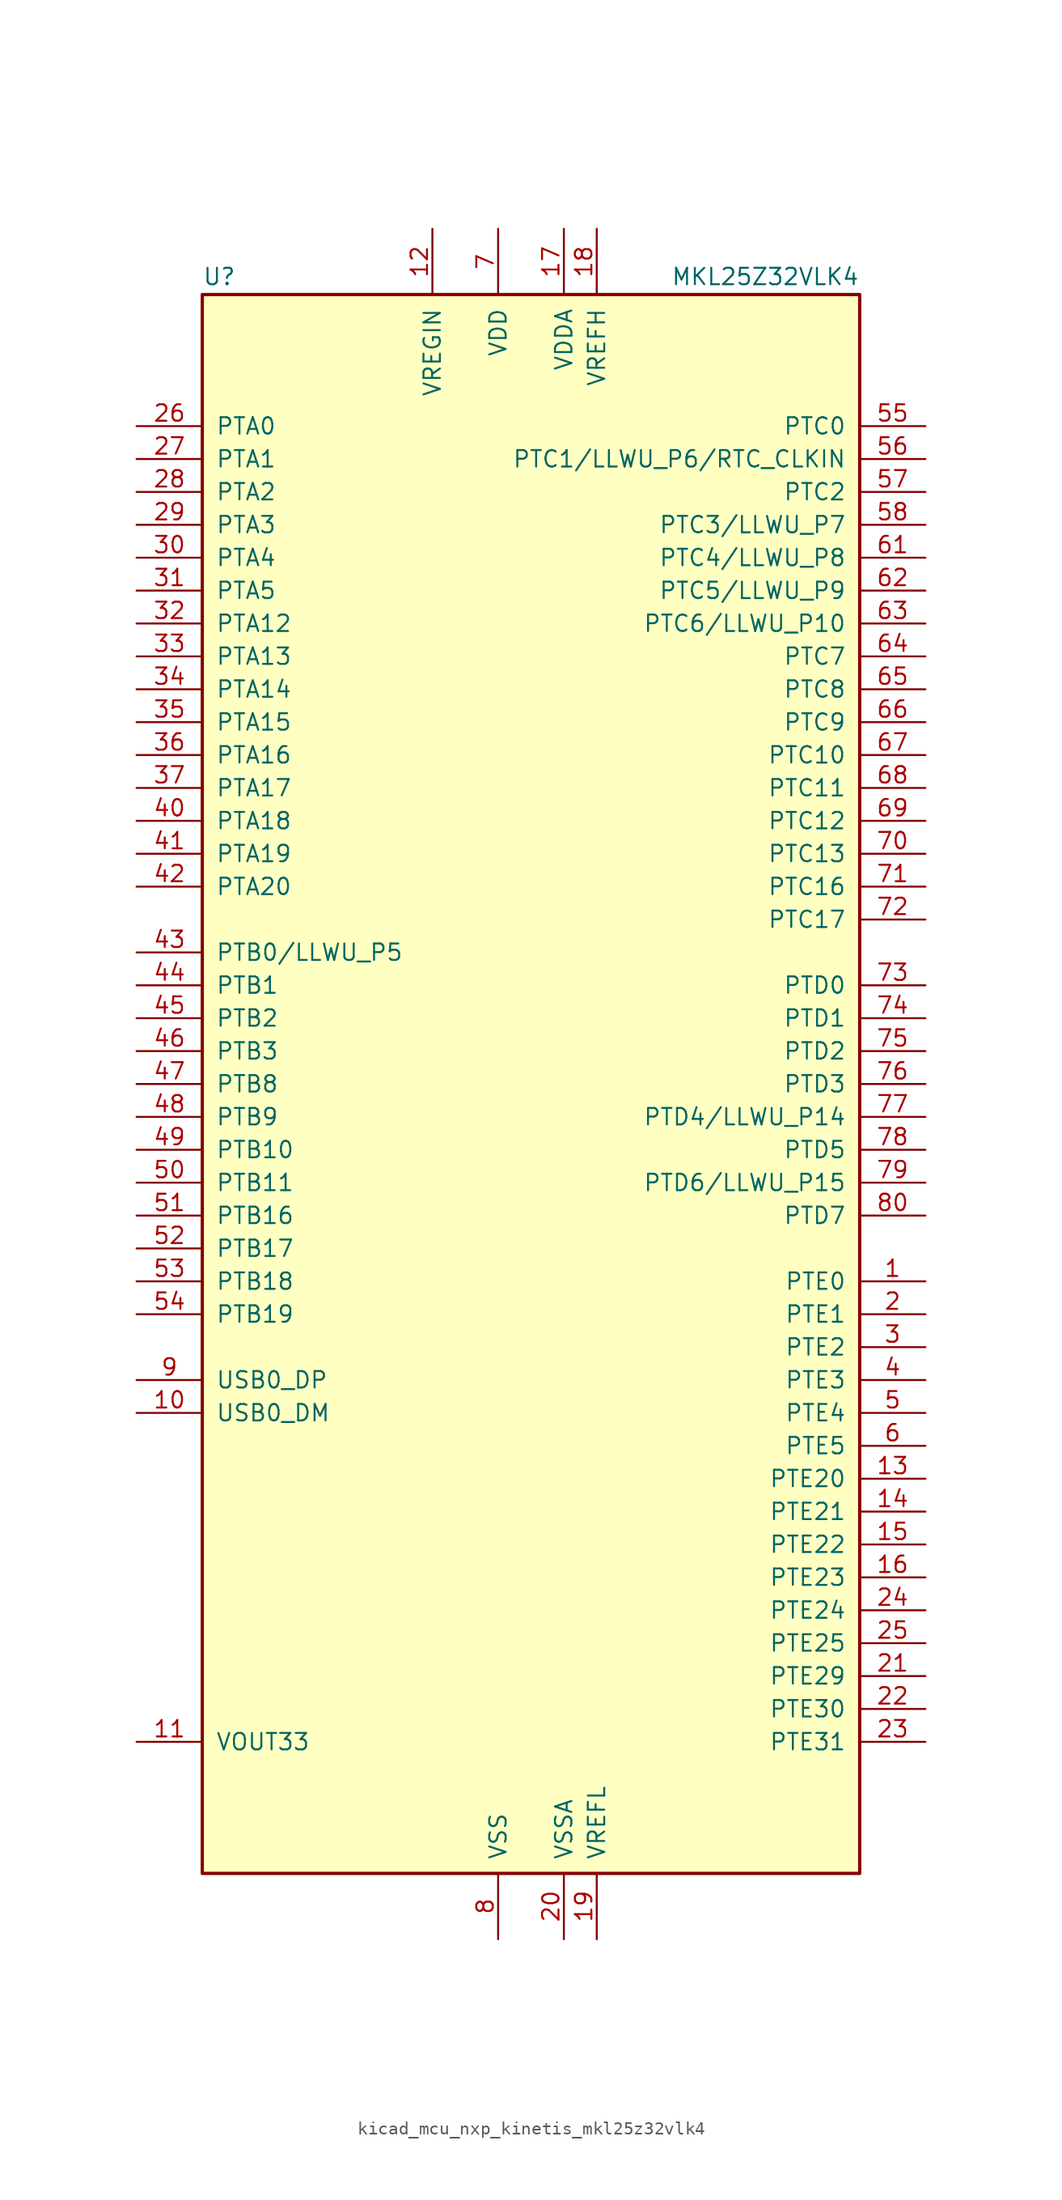
<source format=kicad_sym>
(kicad_symbol_lib
  (version 20220914)
  (generator kicad_symbol_editor)
  (symbol "kicad_mcu_nxp_kinetis_mkl25z32vlk4"
    (pin_names
      (offset 1.016))
    (property "Reference" "U"
      (at -25.4 61.595 0)
      (effects (font (size 1.27 1.27)) (justify left bottom)))
    (property "Value" "MKL25Z32VLK4"
      (at 25.4 61.595 0)
      (effects (font (size 1.27 1.27)) (justify right bottom)))
    (symbol "kicad_mcu_nxp_kinetis_mkl25z32vlk4_0_1"
      (rectangle (start -25.4 60.96) (end 25.4 -60.96) (stroke (width 0.254) (type default)) (fill (type background))))
    (symbol "kicad_mcu_nxp_kinetis_mkl25z32vlk4_1_1"
      (pin bidirectional line (at 30.48 -15.24 180) (length 5.08) (name "PTE0" (effects (font (size 1.27 1.27)))) (number "1" (effects (font (size 1.27 1.27)))))
      (pin bidirectional line (at -30.48 -25.4 0) (length 5.08) (name "USB0_DM" (effects (font (size 1.27 1.27)))) (number "10" (effects (font (size 1.27 1.27)))))
      (pin power_out line (at -30.48 -50.8 0) (length 5.08) (name "VOUT33" (effects (font (size 1.27 1.27)))) (number "11" (effects (font (size 1.27 1.27)))))
      (pin power_in line (at -7.62 66.04 270) (length 5.08) (name "VREGIN" (effects (font (size 1.27 1.27)))) (number "12" (effects (font (size 1.27 1.27)))))
      (pin bidirectional line (at 30.48 -30.48 180) (length 5.08) (name "PTE20" (effects (font (size 1.27 1.27)))) (number "13" (effects (font (size 1.27 1.27)))))
      (pin bidirectional line (at 30.48 -33.02 180) (length 5.08) (name "PTE21" (effects (font (size 1.27 1.27)))) (number "14" (effects (font (size 1.27 1.27)))))
      (pin bidirectional line (at 30.48 -35.56 180) (length 5.08) (name "PTE22" (effects (font (size 1.27 1.27)))) (number "15" (effects (font (size 1.27 1.27)))))
      (pin bidirectional line (at 30.48 -38.1 180) (length 5.08) (name "PTE23" (effects (font (size 1.27 1.27)))) (number "16" (effects (font (size 1.27 1.27)))))
      (pin power_in line (at 2.54 66.04 270) (length 5.08) (name "VDDA" (effects (font (size 1.27 1.27)))) (number "17" (effects (font (size 1.27 1.27)))))
      (pin power_in line (at 5.08 66.04 270) (length 5.08) (name "VREFH" (effects (font (size 1.27 1.27)))) (number "18" (effects (font (size 1.27 1.27)))))
      (pin power_in line (at 5.08 -66.04 90) (length 5.08) (name "VREFL" (effects (font (size 1.27 1.27)))) (number "19" (effects (font (size 1.27 1.27)))))
      (pin bidirectional line (at 30.48 -17.78 180) (length 5.08) (name "PTE1" (effects (font (size 1.27 1.27)))) (number "2" (effects (font (size 1.27 1.27)))))
      (pin power_in line (at 2.54 -66.04 90) (length 5.08) (name "VSSA" (effects (font (size 1.27 1.27)))) (number "20" (effects (font (size 1.27 1.27)))))
      (pin bidirectional line (at 30.48 -45.72 180) (length 5.08) (name "PTE29" (effects (font (size 1.27 1.27)))) (number "21" (effects (font (size 1.27 1.27)))))
      (pin bidirectional line (at 30.48 -48.26 180) (length 5.08) (name "PTE30" (effects (font (size 1.27 1.27)))) (number "22" (effects (font (size 1.27 1.27)))))
      (pin bidirectional line (at 30.48 -50.8 180) (length 5.08) (name "PTE31" (effects (font (size 1.27 1.27)))) (number "23" (effects (font (size 1.27 1.27)))))
      (pin bidirectional line (at 30.48 -40.64 180) (length 5.08) (name "PTE24" (effects (font (size 1.27 1.27)))) (number "24" (effects (font (size 1.27 1.27)))))
      (pin bidirectional line (at 30.48 -43.18 180) (length 5.08) (name "PTE25" (effects (font (size 1.27 1.27)))) (number "25" (effects (font (size 1.27 1.27)))))
      (pin bidirectional line (at -30.48 50.8 0) (length 5.08) (name "PTA0" (effects (font (size 1.27 1.27)))) (number "26" (effects (font (size 1.27 1.27)))))
      (pin bidirectional line (at -30.48 48.26 0) (length 5.08) (name "PTA1" (effects (font (size 1.27 1.27)))) (number "27" (effects (font (size 1.27 1.27)))))
      (pin bidirectional line (at -30.48 45.72 0) (length 5.08) (name "PTA2" (effects (font (size 1.27 1.27)))) (number "28" (effects (font (size 1.27 1.27)))))
      (pin bidirectional line (at -30.48 43.18 0) (length 5.08) (name "PTA3" (effects (font (size 1.27 1.27)))) (number "29" (effects (font (size 1.27 1.27)))))
      (pin bidirectional line (at 30.48 -20.32 180) (length 5.08) (name "PTE2" (effects (font (size 1.27 1.27)))) (number "3" (effects (font (size 1.27 1.27)))))
      (pin bidirectional line (at -30.48 40.64 0) (length 5.08) (name "PTA4" (effects (font (size 1.27 1.27)))) (number "30" (effects (font (size 1.27 1.27)))))
      (pin bidirectional line (at -30.48 38.1 0) (length 5.08) (name "PTA5" (effects (font (size 1.27 1.27)))) (number "31" (effects (font (size 1.27 1.27)))))
      (pin bidirectional line (at -30.48 35.56 0) (length 5.08) (name "PTA12" (effects (font (size 1.27 1.27)))) (number "32" (effects (font (size 1.27 1.27)))))
      (pin bidirectional line (at -30.48 33.02 0) (length 5.08) (name "PTA13" (effects (font (size 1.27 1.27)))) (number "33" (effects (font (size 1.27 1.27)))))
      (pin bidirectional line (at -30.48 30.48 0) (length 5.08) (name "PTA14" (effects (font (size 1.27 1.27)))) (number "34" (effects (font (size 1.27 1.27)))))
      (pin bidirectional line (at -30.48 27.94 0) (length 5.08) (name "PTA15" (effects (font (size 1.27 1.27)))) (number "35" (effects (font (size 1.27 1.27)))))
      (pin bidirectional line (at -30.48 25.4 0) (length 5.08) (name "PTA16" (effects (font (size 1.27 1.27)))) (number "36" (effects (font (size 1.27 1.27)))))
      (pin bidirectional line (at -30.48 22.86 0) (length 5.08) (name "PTA17" (effects (font (size 1.27 1.27)))) (number "37" (effects (font (size 1.27 1.27)))))
      (pin passive line (at -2.54 66.04 270) (length 5.08) hide (name "VDD" (effects (font (size 1.27 1.27)))) (number "38" (effects (font (size 1.27 1.27)))))
      (pin passive line (at -2.54 -66.04 90) (length 5.08) hide (name "VSS" (effects (font (size 1.27 1.27)))) (number "39" (effects (font (size 1.27 1.27)))))
      (pin bidirectional line (at 30.48 -22.86 180) (length 5.08) (name "PTE3" (effects (font (size 1.27 1.27)))) (number "4" (effects (font (size 1.27 1.27)))))
      (pin bidirectional line (at -30.48 20.32 0) (length 5.08) (name "PTA18" (effects (font (size 1.27 1.27)))) (number "40" (effects (font (size 1.27 1.27)))))
      (pin bidirectional line (at -30.48 17.78 0) (length 5.08) (name "PTA19" (effects (font (size 1.27 1.27)))) (number "41" (effects (font (size 1.27 1.27)))))
      (pin bidirectional line (at -30.48 15.24 0) (length 5.08) (name "PTA20" (effects (font (size 1.27 1.27)))) (number "42" (effects (font (size 1.27 1.27)))))
      (pin bidirectional line (at -30.48 10.16 0) (length 5.08) (name "PTB0/LLWU_P5" (effects (font (size 1.27 1.27)))) (number "43" (effects (font (size 1.27 1.27)))))
      (pin bidirectional line (at -30.48 7.62 0) (length 5.08) (name "PTB1" (effects (font (size 1.27 1.27)))) (number "44" (effects (font (size 1.27 1.27)))))
      (pin bidirectional line (at -30.48 5.08 0) (length 5.08) (name "PTB2" (effects (font (size 1.27 1.27)))) (number "45" (effects (font (size 1.27 1.27)))))
      (pin bidirectional line (at -30.48 2.54 0) (length 5.08) (name "PTB3" (effects (font (size 1.27 1.27)))) (number "46" (effects (font (size 1.27 1.27)))))
      (pin bidirectional line (at -30.48 0 0) (length 5.08) (name "PTB8" (effects (font (size 1.27 1.27)))) (number "47" (effects (font (size 1.27 1.27)))))
      (pin bidirectional line (at -30.48 -2.54 0) (length 5.08) (name "PTB9" (effects (font (size 1.27 1.27)))) (number "48" (effects (font (size 1.27 1.27)))))
      (pin bidirectional line (at -30.48 -5.08 0) (length 5.08) (name "PTB10" (effects (font (size 1.27 1.27)))) (number "49" (effects (font (size 1.27 1.27)))))
      (pin bidirectional line (at 30.48 -25.4 180) (length 5.08) (name "PTE4" (effects (font (size 1.27 1.27)))) (number "5" (effects (font (size 1.27 1.27)))))
      (pin bidirectional line (at -30.48 -7.62 0) (length 5.08) (name "PTB11" (effects (font (size 1.27 1.27)))) (number "50" (effects (font (size 1.27 1.27)))))
      (pin bidirectional line (at -30.48 -10.16 0) (length 5.08) (name "PTB16" (effects (font (size 1.27 1.27)))) (number "51" (effects (font (size 1.27 1.27)))))
      (pin bidirectional line (at -30.48 -12.7 0) (length 5.08) (name "PTB17" (effects (font (size 1.27 1.27)))) (number "52" (effects (font (size 1.27 1.27)))))
      (pin bidirectional line (at -30.48 -15.24 0) (length 5.08) (name "PTB18" (effects (font (size 1.27 1.27)))) (number "53" (effects (font (size 1.27 1.27)))))
      (pin bidirectional line (at -30.48 -17.78 0) (length 5.08) (name "PTB19" (effects (font (size 1.27 1.27)))) (number "54" (effects (font (size 1.27 1.27)))))
      (pin bidirectional line (at 30.48 50.8 180) (length 5.08) (name "PTC0" (effects (font (size 1.27 1.27)))) (number "55" (effects (font (size 1.27 1.27)))))
      (pin bidirectional line (at 30.48 48.26 180) (length 5.08) (name "PTC1/LLWU_P6/RTC_CLKIN" (effects (font (size 1.27 1.27)))) (number "56" (effects (font (size 1.27 1.27)))))
      (pin bidirectional line (at 30.48 45.72 180) (length 5.08) (name "PTC2" (effects (font (size 1.27 1.27)))) (number "57" (effects (font (size 1.27 1.27)))))
      (pin bidirectional line (at 30.48 43.18 180) (length 5.08) (name "PTC3/LLWU_P7" (effects (font (size 1.27 1.27)))) (number "58" (effects (font (size 1.27 1.27)))))
      (pin passive line (at -2.54 -66.04 90) (length 5.08) hide (name "VSS" (effects (font (size 1.27 1.27)))) (number "59" (effects (font (size 1.27 1.27)))))
      (pin bidirectional line (at 30.48 -27.94 180) (length 5.08) (name "PTE5" (effects (font (size 1.27 1.27)))) (number "6" (effects (font (size 1.27 1.27)))))
      (pin passive line (at -2.54 66.04 270) (length 5.08) hide (name "VDD" (effects (font (size 1.27 1.27)))) (number "60" (effects (font (size 1.27 1.27)))))
      (pin bidirectional line (at 30.48 40.64 180) (length 5.08) (name "PTC4/LLWU_P8" (effects (font (size 1.27 1.27)))) (number "61" (effects (font (size 1.27 1.27)))))
      (pin bidirectional line (at 30.48 38.1 180) (length 5.08) (name "PTC5/LLWU_P9" (effects (font (size 1.27 1.27)))) (number "62" (effects (font (size 1.27 1.27)))))
      (pin bidirectional line (at 30.48 35.56 180) (length 5.08) (name "PTC6/LLWU_P10" (effects (font (size 1.27 1.27)))) (number "63" (effects (font (size 1.27 1.27)))))
      (pin bidirectional line (at 30.48 33.02 180) (length 5.08) (name "PTC7" (effects (font (size 1.27 1.27)))) (number "64" (effects (font (size 1.27 1.27)))))
      (pin bidirectional line (at 30.48 30.48 180) (length 5.08) (name "PTC8" (effects (font (size 1.27 1.27)))) (number "65" (effects (font (size 1.27 1.27)))))
      (pin bidirectional line (at 30.48 27.94 180) (length 5.08) (name "PTC9" (effects (font (size 1.27 1.27)))) (number "66" (effects (font (size 1.27 1.27)))))
      (pin bidirectional line (at 30.48 25.4 180) (length 5.08) (name "PTC10" (effects (font (size 1.27 1.27)))) (number "67" (effects (font (size 1.27 1.27)))))
      (pin bidirectional line (at 30.48 22.86 180) (length 5.08) (name "PTC11" (effects (font (size 1.27 1.27)))) (number "68" (effects (font (size 1.27 1.27)))))
      (pin bidirectional line (at 30.48 20.32 180) (length 5.08) (name "PTC12" (effects (font (size 1.27 1.27)))) (number "69" (effects (font (size 1.27 1.27)))))
      (pin power_in line (at -2.54 66.04 270) (length 5.08) (name "VDD" (effects (font (size 1.27 1.27)))) (number "7" (effects (font (size 1.27 1.27)))))
      (pin bidirectional line (at 30.48 17.78 180) (length 5.08) (name "PTC13" (effects (font (size 1.27 1.27)))) (number "70" (effects (font (size 1.27 1.27)))))
      (pin bidirectional line (at 30.48 15.24 180) (length 5.08) (name "PTC16" (effects (font (size 1.27 1.27)))) (number "71" (effects (font (size 1.27 1.27)))))
      (pin bidirectional line (at 30.48 12.7 180) (length 5.08) (name "PTC17" (effects (font (size 1.27 1.27)))) (number "72" (effects (font (size 1.27 1.27)))))
      (pin bidirectional line (at 30.48 7.62 180) (length 5.08) (name "PTD0" (effects (font (size 1.27 1.27)))) (number "73" (effects (font (size 1.27 1.27)))))
      (pin bidirectional line (at 30.48 5.08 180) (length 5.08) (name "PTD1" (effects (font (size 1.27 1.27)))) (number "74" (effects (font (size 1.27 1.27)))))
      (pin bidirectional line (at 30.48 2.54 180) (length 5.08) (name "PTD2" (effects (font (size 1.27 1.27)))) (number "75" (effects (font (size 1.27 1.27)))))
      (pin bidirectional line (at 30.48 0 180) (length 5.08) (name "PTD3" (effects (font (size 1.27 1.27)))) (number "76" (effects (font (size 1.27 1.27)))))
      (pin bidirectional line (at 30.48 -2.54 180) (length 5.08) (name "PTD4/LLWU_P14" (effects (font (size 1.27 1.27)))) (number "77" (effects (font (size 1.27 1.27)))))
      (pin bidirectional line (at 30.48 -5.08 180) (length 5.08) (name "PTD5" (effects (font (size 1.27 1.27)))) (number "78" (effects (font (size 1.27 1.27)))))
      (pin bidirectional line (at 30.48 -7.62 180) (length 5.08) (name "PTD6/LLWU_P15" (effects (font (size 1.27 1.27)))) (number "79" (effects (font (size 1.27 1.27)))))
      (pin power_in line (at -2.54 -66.04 90) (length 5.08) (name "VSS" (effects (font (size 1.27 1.27)))) (number "8" (effects (font (size 1.27 1.27)))))
      (pin bidirectional line (at 30.48 -10.16 180) (length 5.08) (name "PTD7" (effects (font (size 1.27 1.27)))) (number "80" (effects (font (size 1.27 1.27)))))
      (pin bidirectional line (at -30.48 -22.86 0) (length 5.08) (name "USB0_DP" (effects (font (size 1.27 1.27)))) (number "9" (effects (font (size 1.27 1.27))))))))
</source>
